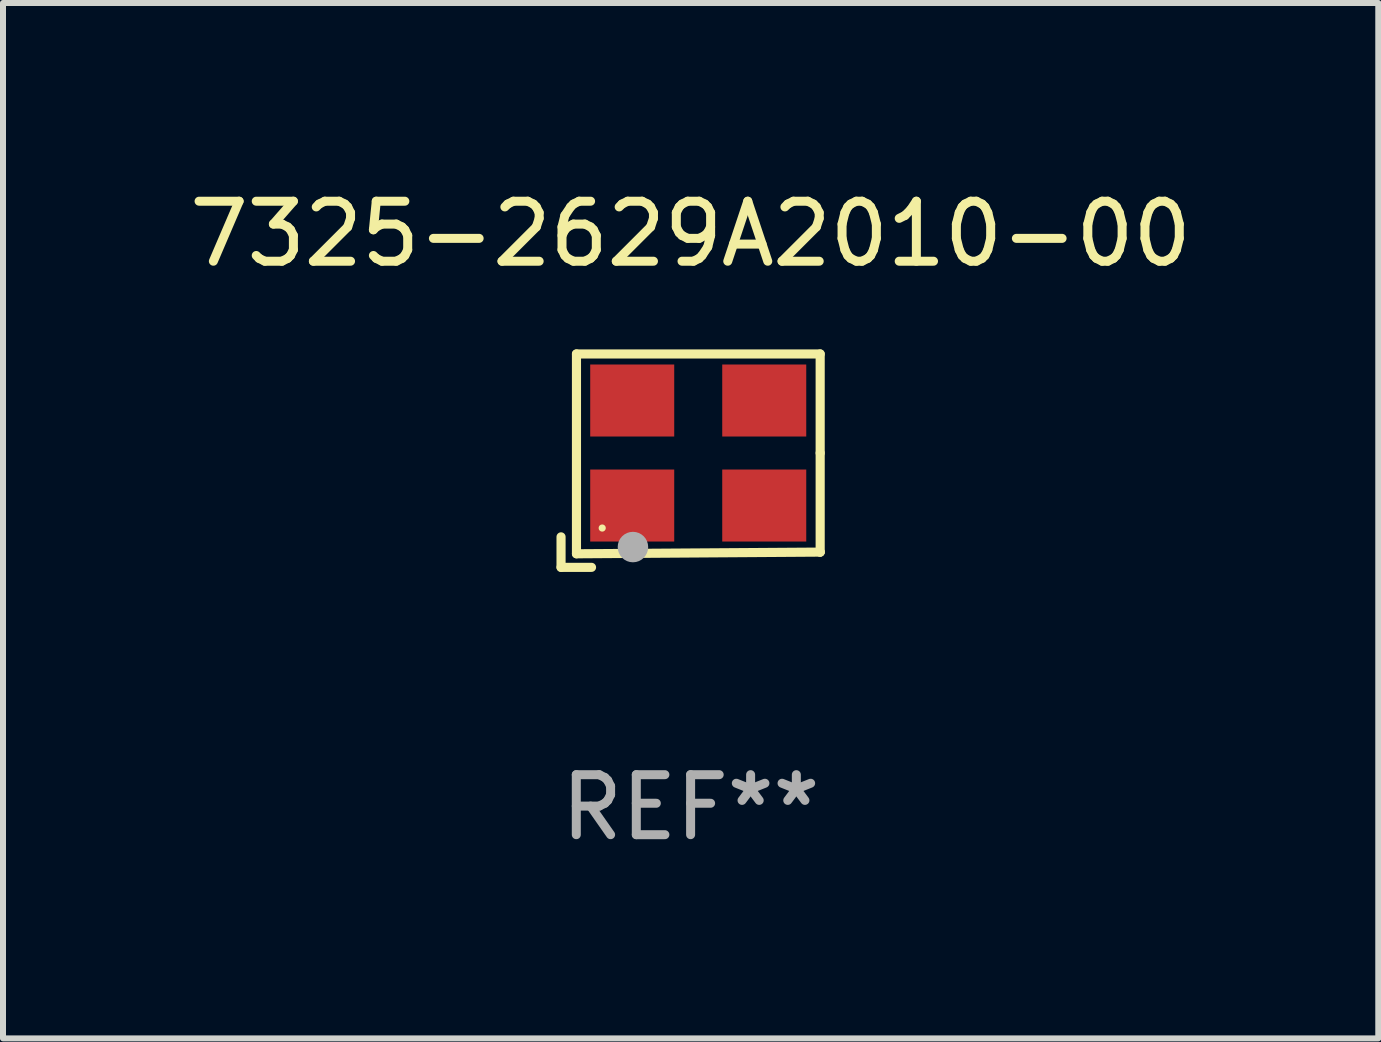
<source format=kicad_pcb>
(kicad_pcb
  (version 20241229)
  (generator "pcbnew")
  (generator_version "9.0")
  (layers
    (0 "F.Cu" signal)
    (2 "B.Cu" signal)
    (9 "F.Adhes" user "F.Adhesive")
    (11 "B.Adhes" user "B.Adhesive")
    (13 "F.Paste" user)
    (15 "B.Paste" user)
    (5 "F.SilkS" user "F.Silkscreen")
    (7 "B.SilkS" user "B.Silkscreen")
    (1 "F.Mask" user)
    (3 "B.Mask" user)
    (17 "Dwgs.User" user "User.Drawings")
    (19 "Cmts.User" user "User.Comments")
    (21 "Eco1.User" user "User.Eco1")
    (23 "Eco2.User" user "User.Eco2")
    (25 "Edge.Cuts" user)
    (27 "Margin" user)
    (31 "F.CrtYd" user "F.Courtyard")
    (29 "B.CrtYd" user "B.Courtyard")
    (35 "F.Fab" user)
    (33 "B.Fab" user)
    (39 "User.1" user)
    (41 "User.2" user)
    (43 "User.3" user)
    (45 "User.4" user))
  (footprint "7325-2629A2010-00"
    (layer "F.Cu")
    (at 8.458 4.626)
    (property "Reference" "7325-2629A2010-00" (at 0 -3.778 0) (layer "F.SilkS") (effects (font (size 1 1) (thickness 0.15))))
    (attr through_hole)
    (fp_line (start -2.159 1.27) (end -2.159 1.778) (stroke (width 0.152) (type solid)) (layer "F.SilkS"))
    (fp_line (start -2.159 1.778) (end -1.651 1.778) (stroke (width 0.152) (type solid)) (layer "F.SilkS"))
    (fp_line (start -1.902 -1.778) (end 2.159 -1.778) (stroke (width 0.152) (type solid)) (layer "F.SilkS"))
    (fp_line (start -1.902 1.552) (end -1.902 -1.778) (stroke (width 0.152) (type solid)) (layer "F.SilkS"))
    (fp_line (start 2.159 -1.778) (end 2.159 -0.127) (stroke (width 0.152) (type solid)) (layer "F.SilkS"))
    (fp_line (start 2.159 -0.127) (end 2.159 1.524) (stroke (width 0.152) (type solid)) (layer "F.SilkS"))
    (fp_line (start 2.159 1.524) (end -1.902 1.552) (stroke (width 0.152) (type solid)) (layer "F.SilkS"))
    (fp_line (start 2.159 1.524) (end 2.159 1.524) (stroke (width 0.152) (type solid)) (layer "F.SilkS"))
    (fp_circle (center -1.473 1.123) (end -1.443 1.123) (stroke (width 0.06) (type solid)) (fill no) (layer "F.SilkS"))
    (fp_circle (center -0.961 1.44) (end -0.834 1.44) (stroke (width 0.254) (type solid)) (fill no) (layer "F.Fab"))
    (fp_text user "REF**" (at 0 5.778 0) (layer "F.Fab") (effects (font (size 1 1) (thickness 0.15))))
    (pad "1" smd rect (at -0.973 0.748) (size 1.4 1.2) (layers "F.Cu" "F.Mask" "F.Paste"))
    (pad "2" smd rect (at 1.227 0.748) (size 1.4 1.2) (layers "F.Cu" "F.Mask" "F.Paste"))
    (pad "3" smd rect (at 1.227 -1.002) (size 1.4 1.2) (layers "F.Cu" "F.Mask" "F.Paste"))
    (pad "4" smd rect (at -0.973 -1.002) (size 1.4 1.2) (layers "F.Cu" "F.Mask" "F.Paste")))
  (gr_rect
    (start -3 -3)
    (end 19.917 14.253)
    (stroke (width 0.1) (type default))
    (fill no)
    (layer "Edge.Cuts")))
</source>
